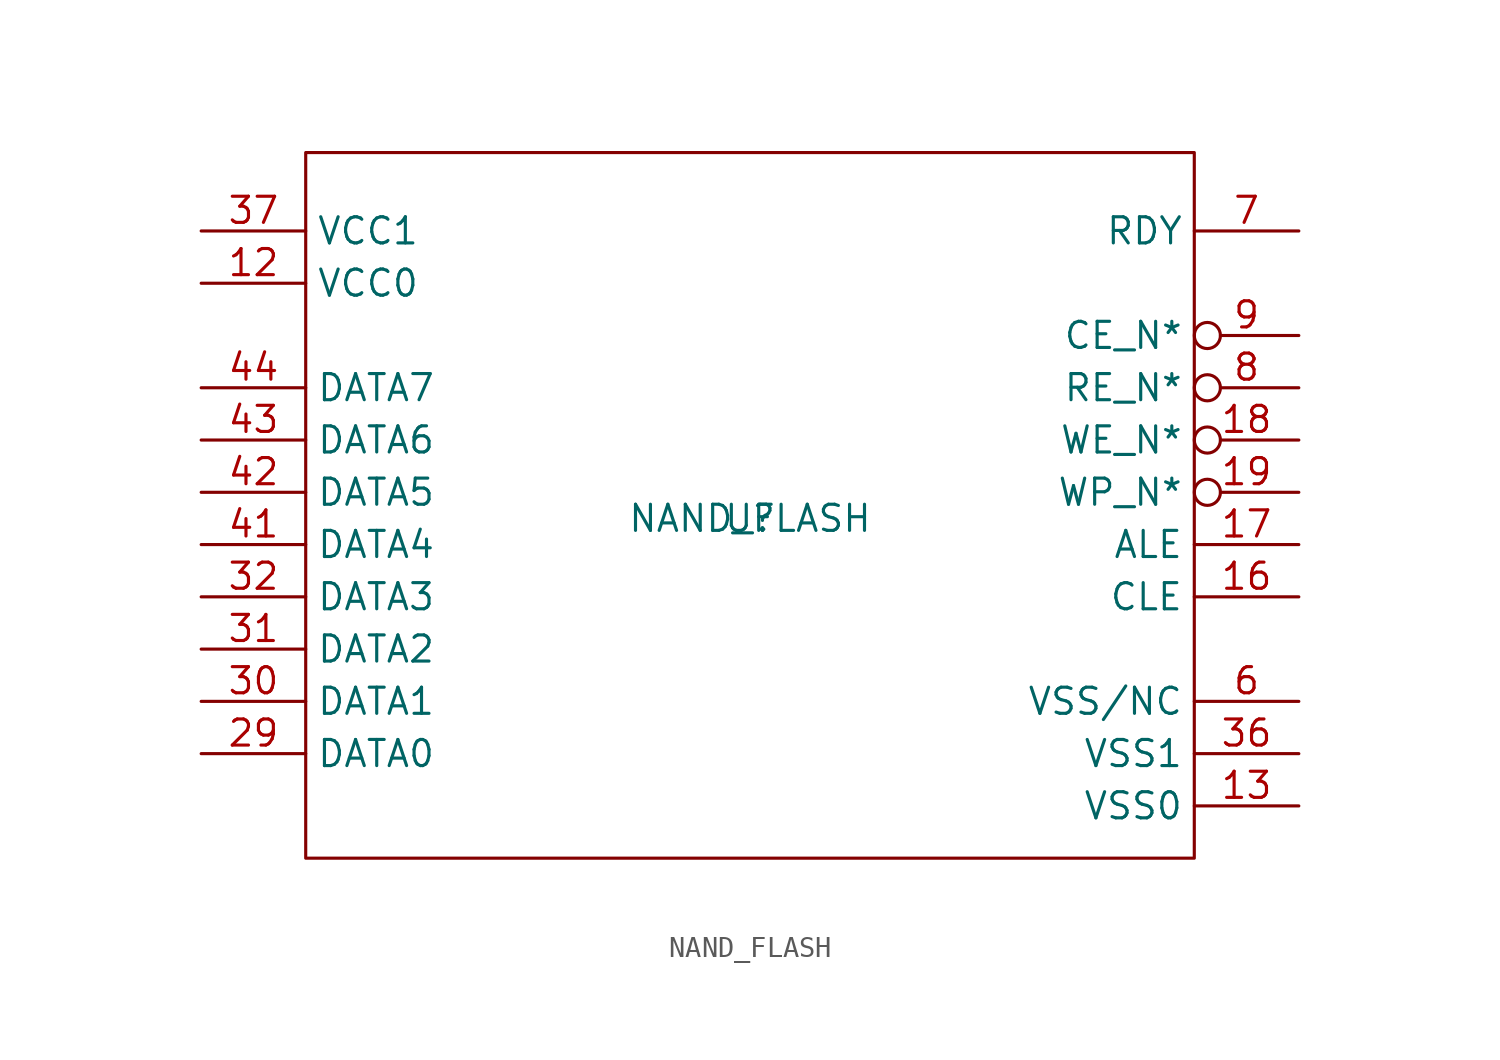
<source format=kicad_sym>
(kicad_symbol_lib
  (version 20241209)
  (generator "kicad_symbol_editor")
  (generator_version "9.0")
  (symbol "NAND_FLASH"
    (property "Reference" "U"
      (at 0 0 0)
      (effects (font (size 1.27 1.27))))
    (property "Value" "NAND_FLASH"
      (at 0 0 0)
      (effects (font (size 1.27 1.27))))
    (symbol "NAND_FLASH_1_1"
      (rectangle (start -21.59 17.78) (end 21.59 -16.51) (stroke (width 0) (type solid)) (fill (type none)))
      (pin power_in line (at -26.67 13.97 0) (length 5.08) (name "VCC1" (effects (font (size 1.27 1.27)))) (number "37" (effects (font (size 1.27 1.27)))))
      (pin power_in line (at -26.67 11.43 0) (length 5.08) (name "VCC0" (effects (font (size 1.27 1.27)))) (number "12" (effects (font (size 1.27 1.27)))))
      (pin bidirectional line (at -26.67 6.35 0) (length 5.08) (name "DATA7" (effects (font (size 1.27 1.27)))) (number "44" (effects (font (size 1.27 1.27)))))
      (pin bidirectional line (at -26.67 3.81 0) (length 5.08) (name "DATA6" (effects (font (size 1.27 1.27)))) (number "43" (effects (font (size 1.27 1.27)))))
      (pin bidirectional line (at -26.67 1.27 0) (length 5.08) (name "DATA5" (effects (font (size 1.27 1.27)))) (number "42" (effects (font (size 1.27 1.27)))))
      (pin bidirectional line (at -26.67 -1.27 0) (length 5.08) (name "DATA4" (effects (font (size 1.27 1.27)))) (number "41" (effects (font (size 1.27 1.27)))))
      (pin bidirectional line (at -26.67 -3.81 0) (length 5.08) (name "DATA3" (effects (font (size 1.27 1.27)))) (number "32" (effects (font (size 1.27 1.27)))))
      (pin bidirectional line (at -26.67 -6.35 0) (length 5.08) (name "DATA2" (effects (font (size 1.27 1.27)))) (number "31" (effects (font (size 1.27 1.27)))))
      (pin bidirectional line (at -26.67 -8.89 0) (length 5.08) (name "DATA1" (effects (font (size 1.27 1.27)))) (number "30" (effects (font (size 1.27 1.27)))))
      (pin bidirectional line (at -26.67 -11.43 0) (length 5.08) (name "DATA0" (effects (font (size 1.27 1.27)))) (number "29" (effects (font (size 1.27 1.27)))))
      (pin no_connect line (at -26.67 -13.97 0) (length 5.08) (hide yes) (name "NC0" (effects (font (size 1.27 1.27)))) (number "1" (effects (font (size 1.27 1.27)))))
      (pin no_connect line (at -26.67 -13.97 0) (length 5.08) (hide yes) (name "NC5" (effects (font (size 1.27 1.27)))) (number "10" (effects (font (size 1.27 1.27)))))
      (pin no_connect line (at -26.67 -13.97 0) (length 5.08) (hide yes) (name "NC6" (effects (font (size 1.27 1.27)))) (number "11" (effects (font (size 1.27 1.27)))))
      (pin no_connect line (at -26.67 -13.97 0) (length 5.08) (hide yes) (name "NC7" (effects (font (size 1.27 1.27)))) (number "14" (effects (font (size 1.27 1.27)))))
      (pin no_connect line (at -26.67 -13.97 0) (length 5.08) (hide yes) (name "NC8" (effects (font (size 1.27 1.27)))) (number "15" (effects (font (size 1.27 1.27)))))
      (pin no_connect line (at -26.67 -13.97 0) (length 5.08) (hide yes) (name "NC1" (effects (font (size 1.27 1.27)))) (number "2" (effects (font (size 1.27 1.27)))))
      (pin no_connect line (at -26.67 -13.97 0) (length 5.08) (hide yes) (name "NC9" (effects (font (size 1.27 1.27)))) (number "20" (effects (font (size 1.27 1.27)))))
      (pin no_connect line (at -26.67 -13.97 0) (length 5.08) (hide yes) (name "NC10" (effects (font (size 1.27 1.27)))) (number "21" (effects (font (size 1.27 1.27)))))
      (pin no_connect line (at -26.67 -13.97 0) (length 5.08) (hide yes) (name "NC11" (effects (font (size 1.27 1.27)))) (number "22" (effects (font (size 1.27 1.27)))))
      (pin no_connect line (at -26.67 -13.97 0) (length 5.08) (hide yes) (name "NC12" (effects (font (size 1.27 1.27)))) (number "23" (effects (font (size 1.27 1.27)))))
      (pin no_connect line (at -26.67 -13.97 0) (length 5.08) (hide yes) (name "NC13" (effects (font (size 1.27 1.27)))) (number "24" (effects (font (size 1.27 1.27)))))
      (pin no_connect line (at -26.67 -13.97 0) (length 5.08) (hide yes) (name "NC14" (effects (font (size 1.27 1.27)))) (number "25" (effects (font (size 1.27 1.27)))))
      (pin no_connect line (at -26.67 -13.97 0) (length 5.08) (hide yes) (name "NC15" (effects (font (size 1.27 1.27)))) (number "26" (effects (font (size 1.27 1.27)))))
      (pin no_connect line (at -26.67 -13.97 0) (length 5.08) (hide yes) (name "NC16" (effects (font (size 1.27 1.27)))) (number "27" (effects (font (size 1.27 1.27)))))
      (pin no_connect line (at -26.67 -13.97 0) (length 5.08) (hide yes) (name "NC17" (effects (font (size 1.27 1.27)))) (number "28" (effects (font (size 1.27 1.27)))))
      (pin no_connect line (at -26.67 -13.97 0) (length 5.08) (hide yes) (name "NC2" (effects (font (size 1.27 1.27)))) (number "3" (effects (font (size 1.27 1.27)))))
      (pin no_connect line (at -26.67 -13.97 0) (length 5.08) (hide yes) (name "NC18" (effects (font (size 1.27 1.27)))) (number "33" (effects (font (size 1.27 1.27)))))
      (pin no_connect line (at -26.67 -13.97 0) (length 5.08) (hide yes) (name "NC19" (effects (font (size 1.27 1.27)))) (number "34" (effects (font (size 1.27 1.27)))))
      (pin no_connect line (at -26.67 -13.97 0) (length 5.08) (hide yes) (name "NC20" (effects (font (size 1.27 1.27)))) (number "35" (effects (font (size 1.27 1.27)))))
      (pin no_connect line (at -26.67 -13.97 0) (length 5.08) (hide yes) (name "NC27" (effects (font (size 1.27 1.27)))) (number "38" (effects (font (size 1.27 1.27)))))
      (pin no_connect line (at -26.67 -13.97 0) (length 5.08) (hide yes) (name "NC21" (effects (font (size 1.27 1.27)))) (number "39" (effects (font (size 1.27 1.27)))))
      (pin no_connect line (at -26.67 -13.97 0) (length 5.08) (hide yes) (name "NC3" (effects (font (size 1.27 1.27)))) (number "4" (effects (font (size 1.27 1.27)))))
      (pin no_connect line (at -26.67 -13.97 0) (length 5.08) (hide yes) (name "NC22" (effects (font (size 1.27 1.27)))) (number "40" (effects (font (size 1.27 1.27)))))
      (pin no_connect line (at -26.67 -13.97 0) (length 5.08) (hide yes) (name "NC23" (effects (font (size 1.27 1.27)))) (number "45" (effects (font (size 1.27 1.27)))))
      (pin no_connect line (at -26.67 -13.97 0) (length 5.08) (hide yes) (name "NC24" (effects (font (size 1.27 1.27)))) (number "46" (effects (font (size 1.27 1.27)))))
      (pin no_connect line (at -26.67 -13.97 0) (length 5.08) (hide yes) (name "NC25" (effects (font (size 1.27 1.27)))) (number "47" (effects (font (size 1.27 1.27)))))
      (pin no_connect line (at -26.67 -13.97 0) (length 5.08) (hide yes) (name "NC26" (effects (font (size 1.27 1.27)))) (number "48" (effects (font (size 1.27 1.27)))))
      (pin no_connect line (at -26.67 -13.97 0) (length 5.08) (hide yes) (name "NC4" (effects (font (size 1.27 1.27)))) (number "5" (effects (font (size 1.27 1.27)))))
      (pin output line (at 26.67 13.97 180) (length 5.08) (name "RDY" (effects (font (size 1.27 1.27)))) (number "7" (effects (font (size 1.27 1.27)))))
      (pin input inverted (at 26.67 8.89 180) (length 5.08) (name "CE_N*" (effects (font (size 1.27 1.27)))) (number "9" (effects (font (size 1.27 1.27)))))
      (pin input inverted (at 26.67 6.35 180) (length 5.08) (name "RE_N*" (effects (font (size 1.27 1.27)))) (number "8" (effects (font (size 1.27 1.27)))))
      (pin input inverted (at 26.67 3.81 180) (length 5.08) (name "WE_N*" (effects (font (size 1.27 1.27)))) (number "18" (effects (font (size 1.27 1.27)))))
      (pin bidirectional inverted (at 26.67 1.27 180) (length 5.08) (name "WP_N*" (effects (font (size 1.27 1.27)))) (number "19" (effects (font (size 1.27 1.27)))))
      (pin input line (at 26.67 -1.27 180) (length 5.08) (name "ALE" (effects (font (size 1.27 1.27)))) (number "17" (effects (font (size 1.27 1.27)))))
      (pin input line (at 26.67 -3.81 180) (length 5.08) (name "CLE" (effects (font (size 1.27 1.27)))) (number "16" (effects (font (size 1.27 1.27)))))
      (pin power_in line (at 26.67 -8.89 180) (length 5.08) (name "VSS/NC" (effects (font (size 1.27 1.27)))) (number "6" (effects (font (size 1.27 1.27)))))
      (pin power_in line (at 26.67 -11.43 180) (length 5.08) (name "VSS1" (effects (font (size 1.27 1.27)))) (number "36" (effects (font (size 1.27 1.27)))))
      (pin power_in line (at 26.67 -13.97 180) (length 5.08) (name "VSS0" (effects (font (size 1.27 1.27)))) (number "13" (effects (font (size 1.27 1.27))))))))
</source>
